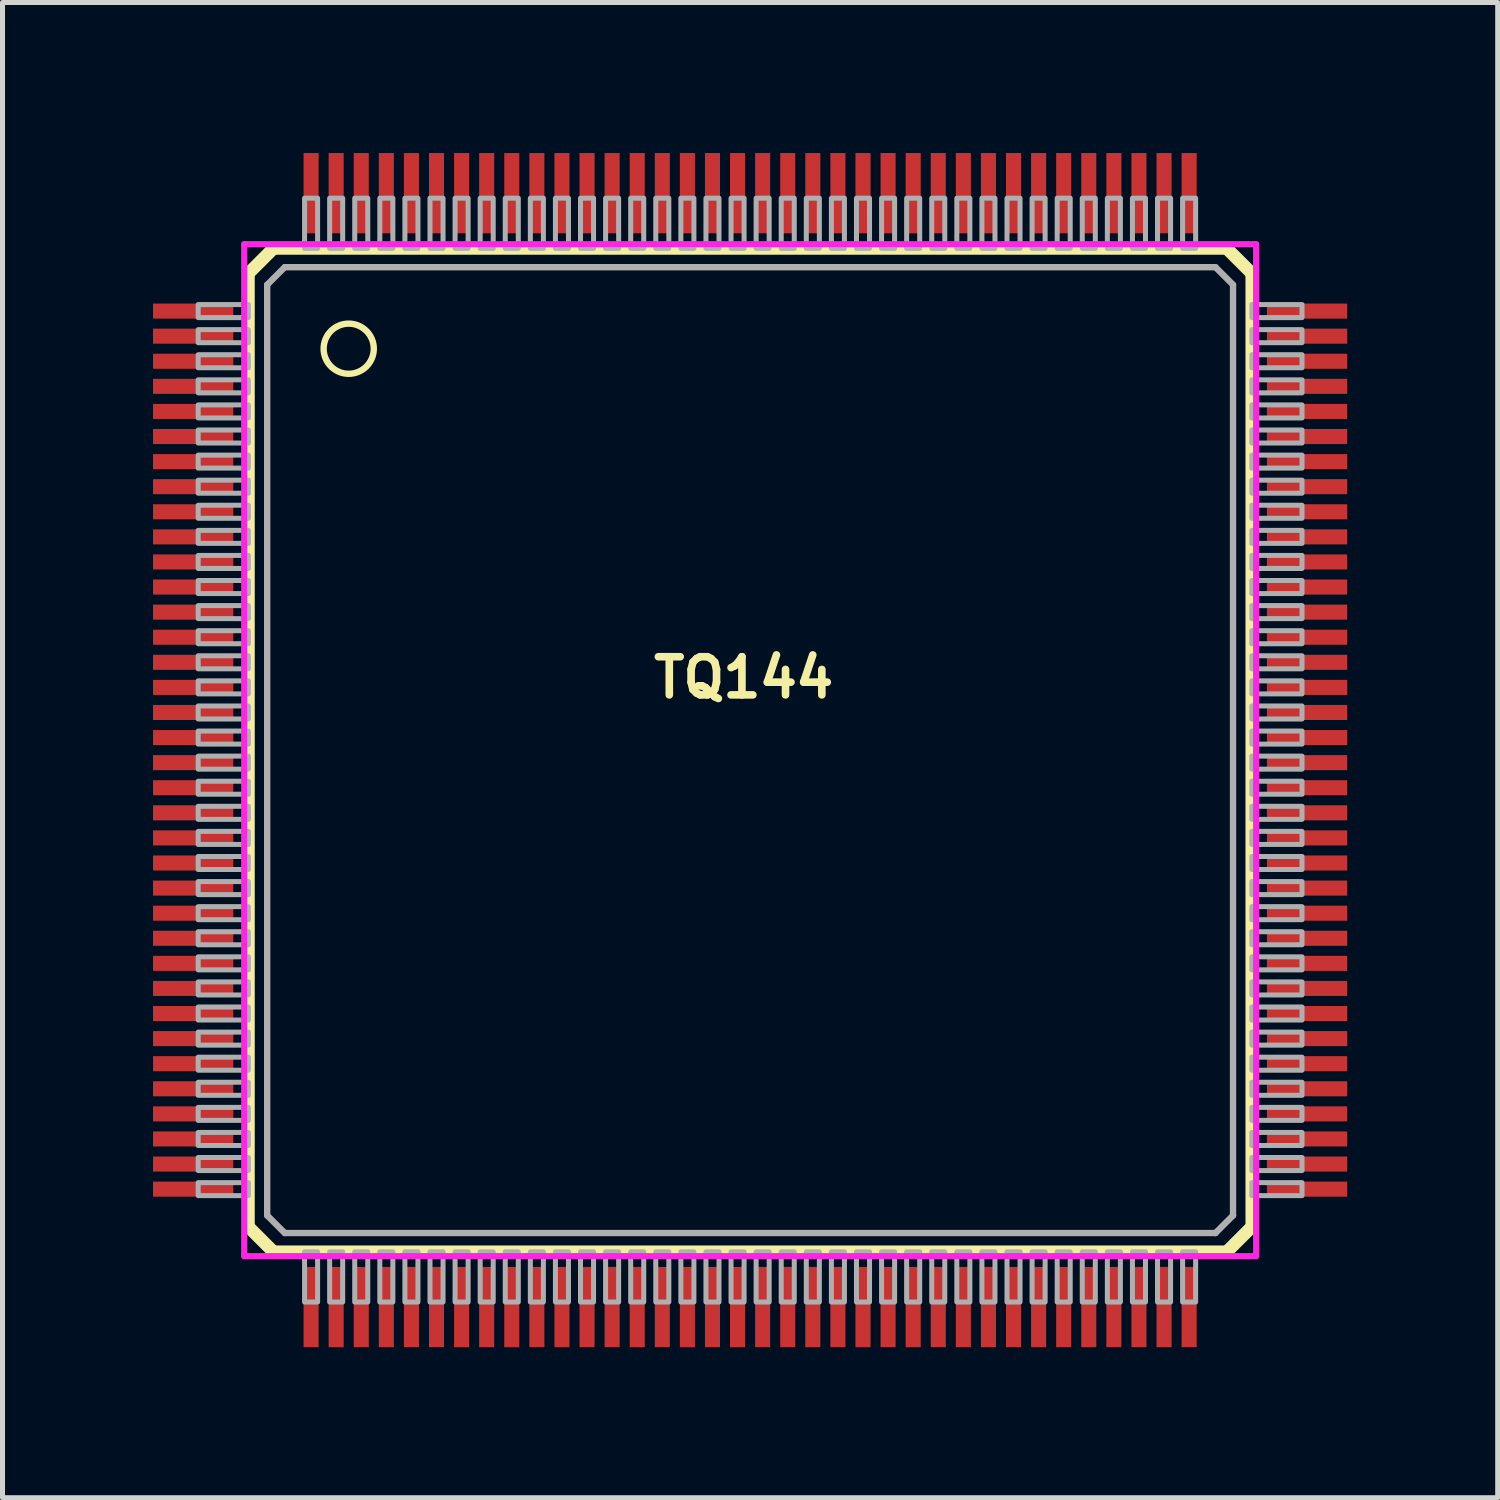
<source format=kicad_pcb>
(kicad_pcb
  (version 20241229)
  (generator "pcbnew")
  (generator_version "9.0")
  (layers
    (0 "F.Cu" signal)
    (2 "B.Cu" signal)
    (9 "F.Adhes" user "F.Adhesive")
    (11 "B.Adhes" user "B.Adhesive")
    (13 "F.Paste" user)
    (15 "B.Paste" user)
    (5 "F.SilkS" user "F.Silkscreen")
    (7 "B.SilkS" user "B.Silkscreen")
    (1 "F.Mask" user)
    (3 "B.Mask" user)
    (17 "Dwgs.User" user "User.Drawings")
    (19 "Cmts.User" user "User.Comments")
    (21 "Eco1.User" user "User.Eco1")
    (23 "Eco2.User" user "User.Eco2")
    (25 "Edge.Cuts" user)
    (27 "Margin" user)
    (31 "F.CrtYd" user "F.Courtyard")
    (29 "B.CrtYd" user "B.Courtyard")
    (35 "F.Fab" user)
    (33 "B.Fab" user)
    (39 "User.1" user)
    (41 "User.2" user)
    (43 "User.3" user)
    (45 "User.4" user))
  (footprint "TQ144"
    (layer "F.Cu")
    (at 11.9 11.9)
    (property "Reference" "TQ144" (at -2 -1 0) (layer "F.SilkS") (effects (font (size 0.76 0.76) (thickness 0.152)) (justify left bottom)))
    (attr through_hole)
    (fp_line (start -10 -9.5) (end -10 9.5) (stroke (width 0.254) (type solid)) (layer "F.SilkS"))
    (fp_line (start -10 9.5) (end -9.5 10) (stroke (width 0.254) (type solid)) (layer "F.SilkS"))
    (fp_line (start -9.5 -10) (end -10 -9.5) (stroke (width 0.254) (type solid)) (layer "F.SilkS"))
    (fp_line (start -9.5 10) (end 9.5 10) (stroke (width 0.254) (type solid)) (layer "F.SilkS"))
    (fp_line (start 9.5 -10) (end -9.5 -10) (stroke (width 0.254) (type solid)) (layer "F.SilkS"))
    (fp_line (start 9.5 10) (end 10 9.5) (stroke (width 0.254) (type solid)) (layer "F.SilkS"))
    (fp_line (start 10 -9.5) (end 9.5 -10) (stroke (width 0.254) (type solid)) (layer "F.SilkS"))
    (fp_line (start 10 9.5) (end 10 -9.5) (stroke (width 0.254) (type solid)) (layer "F.SilkS"))
    (fp_circle (center -8 -8) (end -7.5 -8) (stroke (width 0.127) (type solid)) (fill no) (layer "F.SilkS"))
    (fp_line (start -10.084 -10.084) (end 10.084 -10.084) (stroke (width 0.12) (type solid)) (layer "F.CrtYd"))
    (fp_line (start -10.084 10.084) (end -10.084 -10.084) (stroke (width 0.12) (type solid)) (layer "F.CrtYd"))
    (fp_line (start 10.084 -10.084) (end 10.084 10.084) (stroke (width 0.12) (type solid)) (layer "F.CrtYd"))
    (fp_line (start 10.084 10.084) (end -10.084 10.084) (stroke (width 0.12) (type solid)) (layer "F.CrtYd"))
    (fp_line (start -9.625 -9.275) (end -9.625 9.275) (stroke (width 0.127) (type solid)) (layer "F.Fab"))
    (fp_line (start -9.625 9.275) (end -9.275 9.625) (stroke (width 0.127) (type solid)) (layer "F.Fab"))
    (fp_line (start -9.275 -9.625) (end -9.625 -9.275) (stroke (width 0.127) (type solid)) (layer "F.Fab"))
    (fp_line (start -9.275 9.625) (end 9.275 9.625) (stroke (width 0.127) (type solid)) (layer "F.Fab"))
    (fp_line (start 9.275 -9.625) (end -9.275 -9.625) (stroke (width 0.127) (type solid)) (layer "F.Fab"))
    (fp_line (start 9.275 9.625) (end 9.625 9.275) (stroke (width 0.127) (type solid)) (layer "F.Fab"))
    (fp_line (start 9.625 -9.275) (end 9.275 -9.625) (stroke (width 0.127) (type solid)) (layer "F.Fab"))
    (fp_line (start 9.625 9.275) (end 9.625 -9.275) (stroke (width 0.127) (type solid)) (layer "F.Fab"))
    (fp_poly (pts (xy -11 -8.62) (xy -10 -8.62) (xy -10 -8.88) (xy -11 -8.88)) (stroke (width 0.1) (type solid)) (fill no) (layer "F.Fab"))
    (fp_poly (pts (xy -11 -8.12) (xy -10 -8.12) (xy -10 -8.38) (xy -11 -8.38)) (stroke (width 0.1) (type solid)) (fill no) (layer "F.Fab"))
    (fp_poly (pts (xy -11 -7.62) (xy -10 -7.62) (xy -10 -7.88) (xy -11 -7.88)) (stroke (width 0.1) (type solid)) (fill no) (layer "F.Fab"))
    (fp_poly (pts (xy -11 -7.12) (xy -10 -7.12) (xy -10 -7.38) (xy -11 -7.38)) (stroke (width 0.1) (type solid)) (fill no) (layer "F.Fab"))
    (fp_poly (pts (xy -11 -6.62) (xy -10 -6.62) (xy -10 -6.88) (xy -11 -6.88)) (stroke (width 0.1) (type solid)) (fill no) (layer "F.Fab"))
    (fp_poly (pts (xy -11 -6.12) (xy -10 -6.12) (xy -10 -6.38) (xy -11 -6.38)) (stroke (width 0.1) (type solid)) (fill no) (layer "F.Fab"))
    (fp_poly (pts (xy -11 -5.62) (xy -10 -5.62) (xy -10 -5.88) (xy -11 -5.88)) (stroke (width 0.1) (type solid)) (fill no) (layer "F.Fab"))
    (fp_poly (pts (xy -11 -5.12) (xy -10 -5.12) (xy -10 -5.38) (xy -11 -5.38)) (stroke (width 0.1) (type solid)) (fill no) (layer "F.Fab"))
    (fp_poly (pts (xy -11 -4.62) (xy -10 -4.62) (xy -10 -4.88) (xy -11 -4.88)) (stroke (width 0.1) (type solid)) (fill no) (layer "F.Fab"))
    (fp_poly (pts (xy -11 -4.12) (xy -10 -4.12) (xy -10 -4.38) (xy -11 -4.38)) (stroke (width 0.1) (type solid)) (fill no) (layer "F.Fab"))
    (fp_poly (pts (xy -11 -3.62) (xy -10 -3.62) (xy -10 -3.88) (xy -11 -3.88)) (stroke (width 0.1) (type solid)) (fill no) (layer "F.Fab"))
    (fp_poly (pts (xy -11 -3.12) (xy -10 -3.12) (xy -10 -3.38) (xy -11 -3.38)) (stroke (width 0.1) (type solid)) (fill no) (layer "F.Fab"))
    (fp_poly (pts (xy -11 -2.62) (xy -10 -2.62) (xy -10 -2.88) (xy -11 -2.88)) (stroke (width 0.1) (type solid)) (fill no) (layer "F.Fab"))
    (fp_poly (pts (xy -11 -2.12) (xy -10 -2.12) (xy -10 -2.38) (xy -11 -2.38)) (stroke (width 0.1) (type solid)) (fill no) (layer "F.Fab"))
    (fp_poly (pts (xy -11 -1.62) (xy -10 -1.62) (xy -10 -1.88) (xy -11 -1.88)) (stroke (width 0.1) (type solid)) (fill no) (layer "F.Fab"))
    (fp_poly (pts (xy -11 -1.12) (xy -10 -1.12) (xy -10 -1.38) (xy -11 -1.38)) (stroke (width 0.1) (type solid)) (fill no) (layer "F.Fab"))
    (fp_poly (pts (xy -11 -0.62) (xy -10 -0.62) (xy -10 -0.88) (xy -11 -0.88)) (stroke (width 0.1) (type solid)) (fill no) (layer "F.Fab"))
    (fp_poly (pts (xy -11 -0.12) (xy -10 -0.12) (xy -10 -0.38) (xy -11 -0.38)) (stroke (width 0.1) (type solid)) (fill no) (layer "F.Fab"))
    (fp_poly (pts (xy -11 0.38) (xy -10 0.38) (xy -10 0.12) (xy -11 0.12)) (stroke (width 0.1) (type solid)) (fill no) (layer "F.Fab"))
    (fp_poly (pts (xy -11 0.88) (xy -10 0.88) (xy -10 0.62) (xy -11 0.62)) (stroke (width 0.1) (type solid)) (fill no) (layer "F.Fab"))
    (fp_poly (pts (xy -11 1.38) (xy -10 1.38) (xy -10 1.12) (xy -11 1.12)) (stroke (width 0.1) (type solid)) (fill no) (layer "F.Fab"))
    (fp_poly (pts (xy -11 1.88) (xy -10 1.88) (xy -10 1.62) (xy -11 1.62)) (stroke (width 0.1) (type solid)) (fill no) (layer "F.Fab"))
    (fp_poly (pts (xy -11 2.38) (xy -10 2.38) (xy -10 2.12) (xy -11 2.12)) (stroke (width 0.1) (type solid)) (fill no) (layer "F.Fab"))
    (fp_poly (pts (xy -11 2.88) (xy -10 2.88) (xy -10 2.62) (xy -11 2.62)) (stroke (width 0.1) (type solid)) (fill no) (layer "F.Fab"))
    (fp_poly (pts (xy -11 3.38) (xy -10 3.38) (xy -10 3.12) (xy -11 3.12)) (stroke (width 0.1) (type solid)) (fill no) (layer "F.Fab"))
    (fp_poly (pts (xy -11 3.88) (xy -10 3.88) (xy -10 3.62) (xy -11 3.62)) (stroke (width 0.1) (type solid)) (fill no) (layer "F.Fab"))
    (fp_poly (pts (xy -11 4.38) (xy -10 4.38) (xy -10 4.12) (xy -11 4.12)) (stroke (width 0.1) (type solid)) (fill no) (layer "F.Fab"))
    (fp_poly (pts (xy -11 4.88) (xy -10 4.88) (xy -10 4.62) (xy -11 4.62)) (stroke (width 0.1) (type solid)) (fill no) (layer "F.Fab"))
    (fp_poly (pts (xy -11 5.38) (xy -10 5.38) (xy -10 5.12) (xy -11 5.12)) (stroke (width 0.1) (type solid)) (fill no) (layer "F.Fab"))
    (fp_poly (pts (xy -11 5.88) (xy -10 5.88) (xy -10 5.62) (xy -11 5.62)) (stroke (width 0.1) (type solid)) (fill no) (layer "F.Fab"))
    (fp_poly (pts (xy -11 6.38) (xy -10 6.38) (xy -10 6.12) (xy -11 6.12)) (stroke (width 0.1) (type solid)) (fill no) (layer "F.Fab"))
    (fp_poly (pts (xy -11 6.88) (xy -10 6.88) (xy -10 6.62) (xy -11 6.62)) (stroke (width 0.1) (type solid)) (fill no) (layer "F.Fab"))
    (fp_poly (pts (xy -11 7.38) (xy -10 7.38) (xy -10 7.12) (xy -11 7.12)) (stroke (width 0.1) (type solid)) (fill no) (layer "F.Fab"))
    (fp_poly (pts (xy -11 7.88) (xy -10 7.88) (xy -10 7.62) (xy -11 7.62)) (stroke (width 0.1) (type solid)) (fill no) (layer "F.Fab"))
    (fp_poly (pts (xy -11 8.38) (xy -10 8.38) (xy -10 8.12) (xy -11 8.12)) (stroke (width 0.1) (type solid)) (fill no) (layer "F.Fab"))
    (fp_poly (pts (xy -11 8.88) (xy -10 8.88) (xy -10 8.62) (xy -11 8.62)) (stroke (width 0.1) (type solid)) (fill no) (layer "F.Fab"))
    (fp_poly (pts (xy -8.88 -10) (xy -8.62 -10) (xy -8.62 -11) (xy -8.88 -11)) (stroke (width 0.1) (type solid)) (fill no) (layer "F.Fab"))
    (fp_poly (pts (xy -8.88 11) (xy -8.62 11) (xy -8.62 10) (xy -8.88 10)) (stroke (width 0.1) (type solid)) (fill no) (layer "F.Fab"))
    (fp_poly (pts (xy -8.38 -10) (xy -8.12 -10) (xy -8.12 -11) (xy -8.38 -11)) (stroke (width 0.1) (type solid)) (fill no) (layer "F.Fab"))
    (fp_poly (pts (xy -8.38 11) (xy -8.12 11) (xy -8.12 10) (xy -8.38 10)) (stroke (width 0.1) (type solid)) (fill no) (layer "F.Fab"))
    (fp_poly (pts (xy -7.88 -10) (xy -7.62 -10) (xy -7.62 -11) (xy -7.88 -11)) (stroke (width 0.1) (type solid)) (fill no) (layer "F.Fab"))
    (fp_poly (pts (xy -7.88 11) (xy -7.62 11) (xy -7.62 10) (xy -7.88 10)) (stroke (width 0.1) (type solid)) (fill no) (layer "F.Fab"))
    (fp_poly (pts (xy -7.38 -10) (xy -7.12 -10) (xy -7.12 -11) (xy -7.38 -11)) (stroke (width 0.1) (type solid)) (fill no) (layer "F.Fab"))
    (fp_poly (pts (xy -7.38 11) (xy -7.12 11) (xy -7.12 10) (xy -7.38 10)) (stroke (width 0.1) (type solid)) (fill no) (layer "F.Fab"))
    (fp_poly (pts (xy -6.88 -10) (xy -6.62 -10) (xy -6.62 -11) (xy -6.88 -11)) (stroke (width 0.1) (type solid)) (fill no) (layer "F.Fab"))
    (fp_poly (pts (xy -6.88 11) (xy -6.62 11) (xy -6.62 10) (xy -6.88 10)) (stroke (width 0.1) (type solid)) (fill no) (layer "F.Fab"))
    (fp_poly (pts (xy -6.38 -10) (xy -6.12 -10) (xy -6.12 -11) (xy -6.38 -11)) (stroke (width 0.1) (type solid)) (fill no) (layer "F.Fab"))
    (fp_poly (pts (xy -6.38 11) (xy -6.12 11) (xy -6.12 10) (xy -6.38 10)) (stroke (width 0.1) (type solid)) (fill no) (layer "F.Fab"))
    (fp_poly (pts (xy -5.88 -10) (xy -5.62 -10) (xy -5.62 -11) (xy -5.88 -11)) (stroke (width 0.1) (type solid)) (fill no) (layer "F.Fab"))
    (fp_poly (pts (xy -5.88 11) (xy -5.62 11) (xy -5.62 10) (xy -5.88 10)) (stroke (width 0.1) (type solid)) (fill no) (layer "F.Fab"))
    (fp_poly (pts (xy -5.38 -10) (xy -5.12 -10) (xy -5.12 -11) (xy -5.38 -11)) (stroke (width 0.1) (type solid)) (fill no) (layer "F.Fab"))
    (fp_poly (pts (xy -5.38 11) (xy -5.12 11) (xy -5.12 10) (xy -5.38 10)) (stroke (width 0.1) (type solid)) (fill no) (layer "F.Fab"))
    (fp_poly (pts (xy -4.88 -10) (xy -4.62 -10) (xy -4.62 -11) (xy -4.88 -11)) (stroke (width 0.1) (type solid)) (fill no) (layer "F.Fab"))
    (fp_poly (pts (xy -4.88 11) (xy -4.62 11) (xy -4.62 10) (xy -4.88 10)) (stroke (width 0.1) (type solid)) (fill no) (layer "F.Fab"))
    (fp_poly (pts (xy -4.38 -10) (xy -4.12 -10) (xy -4.12 -11) (xy -4.38 -11)) (stroke (width 0.1) (type solid)) (fill no) (layer "F.Fab"))
    (fp_poly (pts (xy -4.38 11) (xy -4.12 11) (xy -4.12 10) (xy -4.38 10)) (stroke (width 0.1) (type solid)) (fill no) (layer "F.Fab"))
    (fp_poly (pts (xy -3.88 -10) (xy -3.62 -10) (xy -3.62 -11) (xy -3.88 -11)) (stroke (width 0.1) (type solid)) (fill no) (layer "F.Fab"))
    (fp_poly (pts (xy -3.88 11) (xy -3.62 11) (xy -3.62 10) (xy -3.88 10)) (stroke (width 0.1) (type solid)) (fill no) (layer "F.Fab"))
    (fp_poly (pts (xy -3.38 -10) (xy -3.12 -10) (xy -3.12 -11) (xy -3.38 -11)) (stroke (width 0.1) (type solid)) (fill no) (layer "F.Fab"))
    (fp_poly (pts (xy -3.38 11) (xy -3.12 11) (xy -3.12 10) (xy -3.38 10)) (stroke (width 0.1) (type solid)) (fill no) (layer "F.Fab"))
    (fp_poly (pts (xy -2.88 -10) (xy -2.62 -10) (xy -2.62 -11) (xy -2.88 -11)) (stroke (width 0.1) (type solid)) (fill no) (layer "F.Fab"))
    (fp_poly (pts (xy -2.88 11) (xy -2.62 11) (xy -2.62 10) (xy -2.88 10)) (stroke (width 0.1) (type solid)) (fill no) (layer "F.Fab"))
    (fp_poly (pts (xy -2.38 -10) (xy -2.12 -10) (xy -2.12 -11) (xy -2.38 -11)) (stroke (width 0.1) (type solid)) (fill no) (layer "F.Fab"))
    (fp_poly (pts (xy -2.38 11) (xy -2.12 11) (xy -2.12 10) (xy -2.38 10)) (stroke (width 0.1) (type solid)) (fill no) (layer "F.Fab"))
    (fp_poly (pts (xy -1.88 -10) (xy -1.62 -10) (xy -1.62 -11) (xy -1.88 -11)) (stroke (width 0.1) (type solid)) (fill no) (layer "F.Fab"))
    (fp_poly (pts (xy -1.88 11) (xy -1.62 11) (xy -1.62 10) (xy -1.88 10)) (stroke (width 0.1) (type solid)) (fill no) (layer "F.Fab"))
    (fp_poly (pts (xy -1.38 -10) (xy -1.12 -10) (xy -1.12 -11) (xy -1.38 -11)) (stroke (width 0.1) (type solid)) (fill no) (layer "F.Fab"))
    (fp_poly (pts (xy -1.38 11) (xy -1.12 11) (xy -1.12 10) (xy -1.38 10)) (stroke (width 0.1) (type solid)) (fill no) (layer "F.Fab"))
    (fp_poly (pts (xy -0.88 -10) (xy -0.62 -10) (xy -0.62 -11) (xy -0.88 -11)) (stroke (width 0.1) (type solid)) (fill no) (layer "F.Fab"))
    (fp_poly (pts (xy -0.88 11) (xy -0.62 11) (xy -0.62 10) (xy -0.88 10)) (stroke (width 0.1) (type solid)) (fill no) (layer "F.Fab"))
    (fp_poly (pts (xy -0.38 -10) (xy -0.12 -10) (xy -0.12 -11) (xy -0.38 -11)) (stroke (width 0.1) (type solid)) (fill no) (layer "F.Fab"))
    (fp_poly (pts (xy -0.38 11) (xy -0.12 11) (xy -0.12 10) (xy -0.38 10)) (stroke (width 0.1) (type solid)) (fill no) (layer "F.Fab"))
    (fp_poly (pts (xy 0.12 -10) (xy 0.38 -10) (xy 0.38 -11) (xy 0.12 -11)) (stroke (width 0.1) (type solid)) (fill no) (layer "F.Fab"))
    (fp_poly (pts (xy 0.12 11) (xy 0.38 11) (xy 0.38 10) (xy 0.12 10)) (stroke (width 0.1) (type solid)) (fill no) (layer "F.Fab"))
    (fp_poly (pts (xy 0.62 -10) (xy 0.88 -10) (xy 0.88 -11) (xy 0.62 -11)) (stroke (width 0.1) (type solid)) (fill no) (layer "F.Fab"))
    (fp_poly (pts (xy 0.62 11) (xy 0.88 11) (xy 0.88 10) (xy 0.62 10)) (stroke (width 0.1) (type solid)) (fill no) (layer "F.Fab"))
    (fp_poly (pts (xy 1.12 -10) (xy 1.38 -10) (xy 1.38 -11) (xy 1.12 -11)) (stroke (width 0.1) (type solid)) (fill no) (layer "F.Fab"))
    (fp_poly (pts (xy 1.12 11) (xy 1.38 11) (xy 1.38 10) (xy 1.12 10)) (stroke (width 0.1) (type solid)) (fill no) (layer "F.Fab"))
    (fp_poly (pts (xy 1.62 -10) (xy 1.88 -10) (xy 1.88 -11) (xy 1.62 -11)) (stroke (width 0.1) (type solid)) (fill no) (layer "F.Fab"))
    (fp_poly (pts (xy 1.62 11) (xy 1.88 11) (xy 1.88 10) (xy 1.62 10)) (stroke (width 0.1) (type solid)) (fill no) (layer "F.Fab"))
    (fp_poly (pts (xy 2.12 -10) (xy 2.38 -10) (xy 2.38 -11) (xy 2.12 -11)) (stroke (width 0.1) (type solid)) (fill no) (layer "F.Fab"))
    (fp_poly (pts (xy 2.12 11) (xy 2.38 11) (xy 2.38 10) (xy 2.12 10)) (stroke (width 0.1) (type solid)) (fill no) (layer "F.Fab"))
    (fp_poly (pts (xy 2.62 -10) (xy 2.88 -10) (xy 2.88 -11) (xy 2.62 -11)) (stroke (width 0.1) (type solid)) (fill no) (layer "F.Fab"))
    (fp_poly (pts (xy 2.62 11) (xy 2.88 11) (xy 2.88 10) (xy 2.62 10)) (stroke (width 0.1) (type solid)) (fill no) (layer "F.Fab"))
    (fp_poly (pts (xy 3.12 -10) (xy 3.38 -10) (xy 3.38 -11) (xy 3.12 -11)) (stroke (width 0.1) (type solid)) (fill no) (layer "F.Fab"))
    (fp_poly (pts (xy 3.12 11) (xy 3.38 11) (xy 3.38 10) (xy 3.12 10)) (stroke (width 0.1) (type solid)) (fill no) (layer "F.Fab"))
    (fp_poly (pts (xy 3.62 -10) (xy 3.88 -10) (xy 3.88 -11) (xy 3.62 -11)) (stroke (width 0.1) (type solid)) (fill no) (layer "F.Fab"))
    (fp_poly (pts (xy 3.62 11) (xy 3.88 11) (xy 3.88 10) (xy 3.62 10)) (stroke (width 0.1) (type solid)) (fill no) (layer "F.Fab"))
    (fp_poly (pts (xy 4.12 -10) (xy 4.38 -10) (xy 4.38 -11) (xy 4.12 -11)) (stroke (width 0.1) (type solid)) (fill no) (layer "F.Fab"))
    (fp_poly (pts (xy 4.12 11) (xy 4.38 11) (xy 4.38 10) (xy 4.12 10)) (stroke (width 0.1) (type solid)) (fill no) (layer "F.Fab"))
    (fp_poly (pts (xy 4.62 -10) (xy 4.88 -10) (xy 4.88 -11) (xy 4.62 -11)) (stroke (width 0.1) (type solid)) (fill no) (layer "F.Fab"))
    (fp_poly (pts (xy 4.62 11) (xy 4.88 11) (xy 4.88 10) (xy 4.62 10)) (stroke (width 0.1) (type solid)) (fill no) (layer "F.Fab"))
    (fp_poly (pts (xy 5.12 -10) (xy 5.38 -10) (xy 5.38 -11) (xy 5.12 -11)) (stroke (width 0.1) (type solid)) (fill no) (layer "F.Fab"))
    (fp_poly (pts (xy 5.12 11) (xy 5.38 11) (xy 5.38 10) (xy 5.12 10)) (stroke (width 0.1) (type solid)) (fill no) (layer "F.Fab"))
    (fp_poly (pts (xy 5.62 -10) (xy 5.88 -10) (xy 5.88 -11) (xy 5.62 -11)) (stroke (width 0.1) (type solid)) (fill no) (layer "F.Fab"))
    (fp_poly (pts (xy 5.62 11) (xy 5.88 11) (xy 5.88 10) (xy 5.62 10)) (stroke (width 0.1) (type solid)) (fill no) (layer "F.Fab"))
    (fp_poly (pts (xy 6.12 -10) (xy 6.38 -10) (xy 6.38 -11) (xy 6.12 -11)) (stroke (width 0.1) (type solid)) (fill no) (layer "F.Fab"))
    (fp_poly (pts (xy 6.12 11) (xy 6.38 11) (xy 6.38 10) (xy 6.12 10)) (stroke (width 0.1) (type solid)) (fill no) (layer "F.Fab"))
    (fp_poly (pts (xy 6.62 -10) (xy 6.88 -10) (xy 6.88 -11) (xy 6.62 -11)) (stroke (width 0.1) (type solid)) (fill no) (layer "F.Fab"))
    (fp_poly (pts (xy 6.62 11) (xy 6.88 11) (xy 6.88 10) (xy 6.62 10)) (stroke (width 0.1) (type solid)) (fill no) (layer "F.Fab"))
    (fp_poly (pts (xy 7.12 -10) (xy 7.38 -10) (xy 7.38 -11) (xy 7.12 -11)) (stroke (width 0.1) (type solid)) (fill no) (layer "F.Fab"))
    (fp_poly (pts (xy 7.12 11) (xy 7.38 11) (xy 7.38 10) (xy 7.12 10)) (stroke (width 0.1) (type solid)) (fill no) (layer "F.Fab"))
    (fp_poly (pts (xy 7.62 -10) (xy 7.88 -10) (xy 7.88 -11) (xy 7.62 -11)) (stroke (width 0.1) (type solid)) (fill no) (layer "F.Fab"))
    (fp_poly (pts (xy 7.62 11) (xy 7.88 11) (xy 7.88 10) (xy 7.62 10)) (stroke (width 0.1) (type solid)) (fill no) (layer "F.Fab"))
    (fp_poly (pts (xy 8.12 -10) (xy 8.38 -10) (xy 8.38 -11) (xy 8.12 -11)) (stroke (width 0.1) (type solid)) (fill no) (layer "F.Fab"))
    (fp_poly (pts (xy 8.12 11) (xy 8.38 11) (xy 8.38 10) (xy 8.12 10)) (stroke (width 0.1) (type solid)) (fill no) (layer "F.Fab"))
    (fp_poly (pts (xy 8.62 -10) (xy 8.88 -10) (xy 8.88 -11) (xy 8.62 -11)) (stroke (width 0.1) (type solid)) (fill no) (layer "F.Fab"))
    (fp_poly (pts (xy 8.62 11) (xy 8.88 11) (xy 8.88 10) (xy 8.62 10)) (stroke (width 0.1) (type solid)) (fill no) (layer "F.Fab"))
    (fp_poly (pts (xy 10 -8.62) (xy 11 -8.62) (xy 11 -8.88) (xy 10 -8.88)) (stroke (width 0.1) (type solid)) (fill no) (layer "F.Fab"))
    (fp_poly (pts (xy 10 -8.12) (xy 11 -8.12) (xy 11 -8.38) (xy 10 -8.38)) (stroke (width 0.1) (type solid)) (fill no) (layer "F.Fab"))
    (fp_poly (pts (xy 10 -7.62) (xy 11 -7.62) (xy 11 -7.88) (xy 10 -7.88)) (stroke (width 0.1) (type solid)) (fill no) (layer "F.Fab"))
    (fp_poly (pts (xy 10 -7.12) (xy 11 -7.12) (xy 11 -7.38) (xy 10 -7.38)) (stroke (width 0.1) (type solid)) (fill no) (layer "F.Fab"))
    (fp_poly (pts (xy 10 -6.62) (xy 11 -6.62) (xy 11 -6.88) (xy 10 -6.88)) (stroke (width 0.1) (type solid)) (fill no) (layer "F.Fab"))
    (fp_poly (pts (xy 10 -6.12) (xy 11 -6.12) (xy 11 -6.38) (xy 10 -6.38)) (stroke (width 0.1) (type solid)) (fill no) (layer "F.Fab"))
    (fp_poly (pts (xy 10 -5.62) (xy 11 -5.62) (xy 11 -5.88) (xy 10 -5.88)) (stroke (width 0.1) (type solid)) (fill no) (layer "F.Fab"))
    (fp_poly (pts (xy 10 -5.12) (xy 11 -5.12) (xy 11 -5.38) (xy 10 -5.38)) (stroke (width 0.1) (type solid)) (fill no) (layer "F.Fab"))
    (fp_poly (pts (xy 10 -4.62) (xy 11 -4.62) (xy 11 -4.88) (xy 10 -4.88)) (stroke (width 0.1) (type solid)) (fill no) (layer "F.Fab"))
    (fp_poly (pts (xy 10 -4.12) (xy 11 -4.12) (xy 11 -4.38) (xy 10 -4.38)) (stroke (width 0.1) (type solid)) (fill no) (layer "F.Fab"))
    (fp_poly (pts (xy 10 -3.62) (xy 11 -3.62) (xy 11 -3.88) (xy 10 -3.88)) (stroke (width 0.1) (type solid)) (fill no) (layer "F.Fab"))
    (fp_poly (pts (xy 10 -3.12) (xy 11 -3.12) (xy 11 -3.38) (xy 10 -3.38)) (stroke (width 0.1) (type solid)) (fill no) (layer "F.Fab"))
    (fp_poly (pts (xy 10 -2.62) (xy 11 -2.62) (xy 11 -2.88) (xy 10 -2.88)) (stroke (width 0.1) (type solid)) (fill no) (layer "F.Fab"))
    (fp_poly (pts (xy 10 -2.12) (xy 11 -2.12) (xy 11 -2.38) (xy 10 -2.38)) (stroke (width 0.1) (type solid)) (fill no) (layer "F.Fab"))
    (fp_poly (pts (xy 10 -1.62) (xy 11 -1.62) (xy 11 -1.88) (xy 10 -1.88)) (stroke (width 0.1) (type solid)) (fill no) (layer "F.Fab"))
    (fp_poly (pts (xy 10 -1.12) (xy 11 -1.12) (xy 11 -1.38) (xy 10 -1.38)) (stroke (width 0.1) (type solid)) (fill no) (layer "F.Fab"))
    (fp_poly (pts (xy 10 -0.62) (xy 11 -0.62) (xy 11 -0.88) (xy 10 -0.88)) (stroke (width 0.1) (type solid)) (fill no) (layer "F.Fab"))
    (fp_poly (pts (xy 10 -0.12) (xy 11 -0.12) (xy 11 -0.38) (xy 10 -0.38)) (stroke (width 0.1) (type solid)) (fill no) (layer "F.Fab"))
    (fp_poly (pts (xy 10 0.38) (xy 11 0.38) (xy 11 0.12) (xy 10 0.12)) (stroke (width 0.1) (type solid)) (fill no) (layer "F.Fab"))
    (fp_poly (pts (xy 10 0.88) (xy 11 0.88) (xy 11 0.62) (xy 10 0.62)) (stroke (width 0.1) (type solid)) (fill no) (layer "F.Fab"))
    (fp_poly (pts (xy 10 1.38) (xy 11 1.38) (xy 11 1.12) (xy 10 1.12)) (stroke (width 0.1) (type solid)) (fill no) (layer "F.Fab"))
    (fp_poly (pts (xy 10 1.88) (xy 11 1.88) (xy 11 1.62) (xy 10 1.62)) (stroke (width 0.1) (type solid)) (fill no) (layer "F.Fab"))
    (fp_poly (pts (xy 10 2.38) (xy 11 2.38) (xy 11 2.12) (xy 10 2.12)) (stroke (width 0.1) (type solid)) (fill no) (layer "F.Fab"))
    (fp_poly (pts (xy 10 2.88) (xy 11 2.88) (xy 11 2.62) (xy 10 2.62)) (stroke (width 0.1) (type solid)) (fill no) (layer "F.Fab"))
    (fp_poly (pts (xy 10 3.38) (xy 11 3.38) (xy 11 3.12) (xy 10 3.12)) (stroke (width 0.1) (type solid)) (fill no) (layer "F.Fab"))
    (fp_poly (pts (xy 10 3.88) (xy 11 3.88) (xy 11 3.62) (xy 10 3.62)) (stroke (width 0.1) (type solid)) (fill no) (layer "F.Fab"))
    (fp_poly (pts (xy 10 4.38) (xy 11 4.38) (xy 11 4.12) (xy 10 4.12)) (stroke (width 0.1) (type solid)) (fill no) (layer "F.Fab"))
    (fp_poly (pts (xy 10 4.88) (xy 11 4.88) (xy 11 4.62) (xy 10 4.62)) (stroke (width 0.1) (type solid)) (fill no) (layer "F.Fab"))
    (fp_poly (pts (xy 10 5.38) (xy 11 5.38) (xy 11 5.12) (xy 10 5.12)) (stroke (width 0.1) (type solid)) (fill no) (layer "F.Fab"))
    (fp_poly (pts (xy 10 5.88) (xy 11 5.88) (xy 11 5.62) (xy 10 5.62)) (stroke (width 0.1) (type solid)) (fill no) (layer "F.Fab"))
    (fp_poly (pts (xy 10 6.38) (xy 11 6.38) (xy 11 6.12) (xy 10 6.12)) (stroke (width 0.1) (type solid)) (fill no) (layer "F.Fab"))
    (fp_poly (pts (xy 10 6.88) (xy 11 6.88) (xy 11 6.62) (xy 10 6.62)) (stroke (width 0.1) (type solid)) (fill no) (layer "F.Fab"))
    (fp_poly (pts (xy 10 7.38) (xy 11 7.38) (xy 11 7.12) (xy 10 7.12)) (stroke (width 0.1) (type solid)) (fill no) (layer "F.Fab"))
    (fp_poly (pts (xy 10 7.88) (xy 11 7.88) (xy 11 7.62) (xy 10 7.62)) (stroke (width 0.1) (type solid)) (fill no) (layer "F.Fab"))
    (fp_poly (pts (xy 10 8.38) (xy 11 8.38) (xy 11 8.12) (xy 10 8.12)) (stroke (width 0.1) (type solid)) (fill no) (layer "F.Fab"))
    (fp_poly (pts (xy 10 8.88) (xy 11 8.88) (xy 11 8.62) (xy 10 8.62)) (stroke (width 0.1) (type solid)) (fill no) (layer "F.Fab"))
    (pad "P1" smd rect (at -11.1 -8.75) (size 1.6 0.3) (layers "F.Cu" "F.Mask" "F.Paste"))
    (pad "P2" smd rect (at -11.1 -8.25) (size 1.6 0.3) (layers "F.Cu" "F.Mask" "F.Paste"))
    (pad "P3" smd rect (at -11.1 -7.75) (size 1.6 0.3) (layers "F.Cu" "F.Mask" "F.Paste"))
    (pad "P4" smd rect (at -11.1 -7.25) (size 1.6 0.3) (layers "F.Cu" "F.Mask" "F.Paste"))
    (pad "P5" smd rect (at -11.1 -6.75) (size 1.6 0.3) (layers "F.Cu" "F.Mask" "F.Paste"))
    (pad "P6" smd rect (at -11.1 -6.25) (size 1.6 0.3) (layers "F.Cu" "F.Mask" "F.Paste"))
    (pad "P7" smd rect (at -11.1 -5.75) (size 1.6 0.3) (layers "F.Cu" "F.Mask" "F.Paste"))
    (pad "P8" smd rect (at -11.1 -5.25) (size 1.6 0.3) (layers "F.Cu" "F.Mask" "F.Paste"))
    (pad "P9" smd rect (at -11.1 -4.75) (size 1.6 0.3) (layers "F.Cu" "F.Mask" "F.Paste"))
    (pad "P10" smd rect (at -11.1 -4.25) (size 1.6 0.3) (layers "F.Cu" "F.Mask" "F.Paste"))
    (pad "P11" smd rect (at -11.1 -3.75) (size 1.6 0.3) (layers "F.Cu" "F.Mask" "F.Paste"))
    (pad "P12" smd rect (at -11.1 -3.25) (size 1.6 0.3) (layers "F.Cu" "F.Mask" "F.Paste"))
    (pad "P13" smd rect (at -11.1 -2.75) (size 1.6 0.3) (layers "F.Cu" "F.Mask" "F.Paste"))
    (pad "P14" smd rect (at -11.1 -2.25) (size 1.6 0.3) (layers "F.Cu" "F.Mask" "F.Paste"))
    (pad "P15" smd rect (at -11.1 -1.75) (size 1.6 0.3) (layers "F.Cu" "F.Mask" "F.Paste"))
    (pad "P16" smd rect (at -11.1 -1.25) (size 1.6 0.3) (layers "F.Cu" "F.Mask" "F.Paste"))
    (pad "P17" smd rect (at -11.1 -0.75) (size 1.6 0.3) (layers "F.Cu" "F.Mask" "F.Paste"))
    (pad "P18" smd rect (at -11.1 -0.25) (size 1.6 0.3) (layers "F.Cu" "F.Mask" "F.Paste"))
    (pad "P19" smd rect (at -11.1 0.25) (size 1.6 0.3) (layers "F.Cu" "F.Mask" "F.Paste"))
    (pad "P20" smd rect (at -11.1 0.75) (size 1.6 0.3) (layers "F.Cu" "F.Mask" "F.Paste"))
    (pad "P21" smd rect (at -11.1 1.25) (size 1.6 0.3) (layers "F.Cu" "F.Mask" "F.Paste"))
    (pad "P22" smd rect (at -11.1 1.75) (size 1.6 0.3) (layers "F.Cu" "F.Mask" "F.Paste"))
    (pad "P23" smd rect (at -11.1 2.25) (size 1.6 0.3) (layers "F.Cu" "F.Mask" "F.Paste"))
    (pad "P24" smd rect (at -11.1 2.75) (size 1.6 0.3) (layers "F.Cu" "F.Mask" "F.Paste"))
    (pad "P25" smd rect (at -11.1 3.25) (size 1.6 0.3) (layers "F.Cu" "F.Mask" "F.Paste"))
    (pad "P26" smd rect (at -11.1 3.75) (size 1.6 0.3) (layers "F.Cu" "F.Mask" "F.Paste"))
    (pad "P27" smd rect (at -11.1 4.25) (size 1.6 0.3) (layers "F.Cu" "F.Mask" "F.Paste"))
    (pad "P28" smd rect (at -11.1 4.75) (size 1.6 0.3) (layers "F.Cu" "F.Mask" "F.Paste"))
    (pad "P29" smd rect (at -11.1 5.25) (size 1.6 0.3) (layers "F.Cu" "F.Mask" "F.Paste"))
    (pad "P30" smd rect (at -11.1 5.75) (size 1.6 0.3) (layers "F.Cu" "F.Mask" "F.Paste"))
    (pad "P31" smd rect (at -11.1 6.25) (size 1.6 0.3) (layers "F.Cu" "F.Mask" "F.Paste"))
    (pad "P32" smd rect (at -11.1 6.75) (size 1.6 0.3) (layers "F.Cu" "F.Mask" "F.Paste"))
    (pad "P33" smd rect (at -11.1 7.25) (size 1.6 0.3) (layers "F.Cu" "F.Mask" "F.Paste"))
    (pad "P34" smd rect (at -11.1 7.75) (size 1.6 0.3) (layers "F.Cu" "F.Mask" "F.Paste"))
    (pad "P35" smd rect (at -11.1 8.25) (size 1.6 0.3) (layers "F.Cu" "F.Mask" "F.Paste"))
    (pad "P36" smd rect (at -11.1 8.75) (size 1.6 0.3) (layers "F.Cu" "F.Mask" "F.Paste"))
    (pad "P37" smd rect (at -8.75 11.1 90) (size 1.6 0.3) (layers "F.Cu" "F.Mask" "F.Paste"))
    (pad "P38" smd rect (at -8.25 11.1 90) (size 1.6 0.3) (layers "F.Cu" "F.Mask" "F.Paste"))
    (pad "P39" smd rect (at -7.75 11.1 90) (size 1.6 0.3) (layers "F.Cu" "F.Mask" "F.Paste"))
    (pad "P40" smd rect (at -7.25 11.1 90) (size 1.6 0.3) (layers "F.Cu" "F.Mask" "F.Paste"))
    (pad "P41" smd rect (at -6.75 11.1 90) (size 1.6 0.3) (layers "F.Cu" "F.Mask" "F.Paste"))
    (pad "P42" smd rect (at -6.25 11.1 90) (size 1.6 0.3) (layers "F.Cu" "F.Mask" "F.Paste"))
    (pad "P43" smd rect (at -5.75 11.1 90) (size 1.6 0.3) (layers "F.Cu" "F.Mask" "F.Paste"))
    (pad "P44" smd rect (at -5.25 11.1 90) (size 1.6 0.3) (layers "F.Cu" "F.Mask" "F.Paste"))
    (pad "P45" smd rect (at -4.75 11.1 90) (size 1.6 0.3) (layers "F.Cu" "F.Mask" "F.Paste"))
    (pad "P46" smd rect (at -4.25 11.1 90) (size 1.6 0.3) (layers "F.Cu" "F.Mask" "F.Paste"))
    (pad "P47" smd rect (at -3.75 11.1 90) (size 1.6 0.3) (layers "F.Cu" "F.Mask" "F.Paste"))
    (pad "P48" smd rect (at -3.25 11.1 90) (size 1.6 0.3) (layers "F.Cu" "F.Mask" "F.Paste"))
    (pad "P49" smd rect (at -2.75 11.1 90) (size 1.6 0.3) (layers "F.Cu" "F.Mask" "F.Paste"))
    (pad "P50" smd rect (at -2.25 11.1 90) (size 1.6 0.3) (layers "F.Cu" "F.Mask" "F.Paste"))
    (pad "P51" smd rect (at -1.75 11.1 90) (size 1.6 0.3) (layers "F.Cu" "F.Mask" "F.Paste"))
    (pad "P52" smd rect (at -1.25 11.1 90) (size 1.6 0.3) (layers "F.Cu" "F.Mask" "F.Paste"))
    (pad "P53" smd rect (at -0.75 11.1 90) (size 1.6 0.3) (layers "F.Cu" "F.Mask" "F.Paste"))
    (pad "P54" smd rect (at -0.25 11.1 90) (size 1.6 0.3) (layers "F.Cu" "F.Mask" "F.Paste"))
    (pad "P55" smd rect (at 0.25 11.1 90) (size 1.6 0.3) (layers "F.Cu" "F.Mask" "F.Paste"))
    (pad "P56" smd rect (at 0.75 11.1 90) (size 1.6 0.3) (layers "F.Cu" "F.Mask" "F.Paste"))
    (pad "P57" smd rect (at 1.25 11.1 90) (size 1.6 0.3) (layers "F.Cu" "F.Mask" "F.Paste"))
    (pad "P58" smd rect (at 1.75 11.1 90) (size 1.6 0.3) (layers "F.Cu" "F.Mask" "F.Paste"))
    (pad "P59" smd rect (at 2.25 11.1 90) (size 1.6 0.3) (layers "F.Cu" "F.Mask" "F.Paste"))
    (pad "P60" smd rect (at 2.75 11.1 90) (size 1.6 0.3) (layers "F.Cu" "F.Mask" "F.Paste"))
    (pad "P61" smd rect (at 3.25 11.1 90) (size 1.6 0.3) (layers "F.Cu" "F.Mask" "F.Paste"))
    (pad "P62" smd rect (at 3.75 11.1 90) (size 1.6 0.3) (layers "F.Cu" "F.Mask" "F.Paste"))
    (pad "P63" smd rect (at 4.25 11.1 90) (size 1.6 0.3) (layers "F.Cu" "F.Mask" "F.Paste"))
    (pad "P64" smd rect (at 4.75 11.1 90) (size 1.6 0.3) (layers "F.Cu" "F.Mask" "F.Paste"))
    (pad "P65" smd rect (at 5.25 11.1 90) (size 1.6 0.3) (layers "F.Cu" "F.Mask" "F.Paste"))
    (pad "P66" smd rect (at 5.75 11.1 90) (size 1.6 0.3) (layers "F.Cu" "F.Mask" "F.Paste"))
    (pad "P67" smd rect (at 6.25 11.1 90) (size 1.6 0.3) (layers "F.Cu" "F.Mask" "F.Paste"))
    (pad "P68" smd rect (at 6.75 11.1 90) (size 1.6 0.3) (layers "F.Cu" "F.Mask" "F.Paste"))
    (pad "P69" smd rect (at 7.25 11.1 90) (size 1.6 0.3) (layers "F.Cu" "F.Mask" "F.Paste"))
    (pad "P70" smd rect (at 7.75 11.1 90) (size 1.6 0.3) (layers "F.Cu" "F.Mask" "F.Paste"))
    (pad "P71" smd rect (at 8.25 11.1 90) (size 1.6 0.3) (layers "F.Cu" "F.Mask" "F.Paste"))
    (pad "P72" smd rect (at 8.75 11.1 90) (size 1.6 0.3) (layers "F.Cu" "F.Mask" "F.Paste"))
    (pad "P73" smd rect (at 11.1 8.75) (size 1.6 0.3) (layers "F.Cu" "F.Mask" "F.Paste"))
    (pad "P74" smd rect (at 11.1 8.25) (size 1.6 0.3) (layers "F.Cu" "F.Mask" "F.Paste"))
    (pad "P75" smd rect (at 11.1 7.75) (size 1.6 0.3) (layers "F.Cu" "F.Mask" "F.Paste"))
    (pad "P76" smd rect (at 11.1 7.25) (size 1.6 0.3) (layers "F.Cu" "F.Mask" "F.Paste"))
    (pad "P77" smd rect (at 11.1 6.75) (size 1.6 0.3) (layers "F.Cu" "F.Mask" "F.Paste"))
    (pad "P78" smd rect (at 11.1 6.25) (size 1.6 0.3) (layers "F.Cu" "F.Mask" "F.Paste"))
    (pad "P79" smd rect (at 11.1 5.75) (size 1.6 0.3) (layers "F.Cu" "F.Mask" "F.Paste"))
    (pad "P80" smd rect (at 11.1 5.25) (size 1.6 0.3) (layers "F.Cu" "F.Mask" "F.Paste"))
    (pad "P81" smd rect (at 11.1 4.75) (size 1.6 0.3) (layers "F.Cu" "F.Mask" "F.Paste"))
    (pad "P82" smd rect (at 11.1 4.25) (size 1.6 0.3) (layers "F.Cu" "F.Mask" "F.Paste"))
    (pad "P83" smd rect (at 11.1 3.75) (size 1.6 0.3) (layers "F.Cu" "F.Mask" "F.Paste"))
    (pad "P84" smd rect (at 11.1 3.25) (size 1.6 0.3) (layers "F.Cu" "F.Mask" "F.Paste"))
    (pad "P85" smd rect (at 11.1 2.75) (size 1.6 0.3) (layers "F.Cu" "F.Mask" "F.Paste"))
    (pad "P86" smd rect (at 11.1 2.25) (size 1.6 0.3) (layers "F.Cu" "F.Mask" "F.Paste"))
    (pad "P87" smd rect (at 11.1 1.75) (size 1.6 0.3) (layers "F.Cu" "F.Mask" "F.Paste"))
    (pad "P88" smd rect (at 11.1 1.25) (size 1.6 0.3) (layers "F.Cu" "F.Mask" "F.Paste"))
    (pad "P89" smd rect (at 11.1 0.75) (size 1.6 0.3) (layers "F.Cu" "F.Mask" "F.Paste"))
    (pad "P90" smd rect (at 11.1 0.25) (size 1.6 0.3) (layers "F.Cu" "F.Mask" "F.Paste"))
    (pad "P91" smd rect (at 11.1 -0.25) (size 1.6 0.3) (layers "F.Cu" "F.Mask" "F.Paste"))
    (pad "P92" smd rect (at 11.1 -0.75) (size 1.6 0.3) (layers "F.Cu" "F.Mask" "F.Paste"))
    (pad "P93" smd rect (at 11.1 -1.25) (size 1.6 0.3) (layers "F.Cu" "F.Mask" "F.Paste"))
    (pad "P94" smd rect (at 11.1 -1.75) (size 1.6 0.3) (layers "F.Cu" "F.Mask" "F.Paste"))
    (pad "P95" smd rect (at 11.1 -2.25) (size 1.6 0.3) (layers "F.Cu" "F.Mask" "F.Paste"))
    (pad "P96" smd rect (at 11.1 -2.75) (size 1.6 0.3) (layers "F.Cu" "F.Mask" "F.Paste"))
    (pad "P97" smd rect (at 11.1 -3.25) (size 1.6 0.3) (layers "F.Cu" "F.Mask" "F.Paste"))
    (pad "P98" smd rect (at 11.1 -3.75) (size 1.6 0.3) (layers "F.Cu" "F.Mask" "F.Paste"))
    (pad "P99" smd rect (at 11.1 -4.25) (size 1.6 0.3) (layers "F.Cu" "F.Mask" "F.Paste"))
    (pad "P100" smd rect (at 11.1 -4.75) (size 1.6 0.3) (layers "F.Cu" "F.Mask" "F.Paste"))
    (pad "P101" smd rect (at 11.1 -5.25) (size 1.6 0.3) (layers "F.Cu" "F.Mask" "F.Paste"))
    (pad "P102" smd rect (at 11.1 -5.75) (size 1.6 0.3) (layers "F.Cu" "F.Mask" "F.Paste"))
    (pad "P103" smd rect (at 11.1 -6.25) (size 1.6 0.3) (layers "F.Cu" "F.Mask" "F.Paste"))
    (pad "P104" smd rect (at 11.1 -6.75) (size 1.6 0.3) (layers "F.Cu" "F.Mask" "F.Paste"))
    (pad "P105" smd rect (at 11.1 -7.25) (size 1.6 0.3) (layers "F.Cu" "F.Mask" "F.Paste"))
    (pad "P106" smd rect (at 11.1 -7.75) (size 1.6 0.3) (layers "F.Cu" "F.Mask" "F.Paste"))
    (pad "P107" smd rect (at 11.1 -8.25) (size 1.6 0.3) (layers "F.Cu" "F.Mask" "F.Paste"))
    (pad "P108" smd rect (at 11.1 -8.75) (size 1.6 0.3) (layers "F.Cu" "F.Mask" "F.Paste"))
    (pad "P109" smd rect (at 8.75 -11.1 90) (size 1.6 0.3) (layers "F.Cu" "F.Mask" "F.Paste"))
    (pad "P110" smd rect (at 8.25 -11.1 90) (size 1.6 0.3) (layers "F.Cu" "F.Mask" "F.Paste"))
    (pad "P111" smd rect (at 7.75 -11.1 90) (size 1.6 0.3) (layers "F.Cu" "F.Mask" "F.Paste"))
    (pad "P112" smd rect (at 7.25 -11.1 90) (size 1.6 0.3) (layers "F.Cu" "F.Mask" "F.Paste"))
    (pad "P113" smd rect (at 6.75 -11.1 90) (size 1.6 0.3) (layers "F.Cu" "F.Mask" "F.Paste"))
    (pad "P114" smd rect (at 6.25 -11.1 90) (size 1.6 0.3) (layers "F.Cu" "F.Mask" "F.Paste"))
    (pad "P115" smd rect (at 5.75 -11.1 90) (size 1.6 0.3) (layers "F.Cu" "F.Mask" "F.Paste"))
    (pad "P116" smd rect (at 5.25 -11.1 90) (size 1.6 0.3) (layers "F.Cu" "F.Mask" "F.Paste"))
    (pad "P117" smd rect (at 4.75 -11.1 90) (size 1.6 0.3) (layers "F.Cu" "F.Mask" "F.Paste"))
    (pad "P118" smd rect (at 4.25 -11.1 90) (size 1.6 0.3) (layers "F.Cu" "F.Mask" "F.Paste"))
    (pad "P119" smd rect (at 3.75 -11.1 90) (size 1.6 0.3) (layers "F.Cu" "F.Mask" "F.Paste"))
    (pad "P120" smd rect (at 3.25 -11.1 90) (size 1.6 0.3) (layers "F.Cu" "F.Mask" "F.Paste"))
    (pad "P121" smd rect (at 2.75 -11.1 90) (size 1.6 0.3) (layers "F.Cu" "F.Mask" "F.Paste"))
    (pad "P122" smd rect (at 2.25 -11.1 90) (size 1.6 0.3) (layers "F.Cu" "F.Mask" "F.Paste"))
    (pad "P123" smd rect (at 1.75 -11.1 90) (size 1.6 0.3) (layers "F.Cu" "F.Mask" "F.Paste"))
    (pad "P124" smd rect (at 1.25 -11.1 90) (size 1.6 0.3) (layers "F.Cu" "F.Mask" "F.Paste"))
    (pad "P125" smd rect (at 0.75 -11.1 90) (size 1.6 0.3) (layers "F.Cu" "F.Mask" "F.Paste"))
    (pad "P126" smd rect (at 0.25 -11.1 90) (size 1.6 0.3) (layers "F.Cu" "F.Mask" "F.Paste"))
    (pad "P127" smd rect (at -0.25 -11.1 90) (size 1.6 0.3) (layers "F.Cu" "F.Mask" "F.Paste"))
    (pad "P128" smd rect (at -0.75 -11.1 90) (size 1.6 0.3) (layers "F.Cu" "F.Mask" "F.Paste"))
    (pad "P129" smd rect (at -1.25 -11.1 90) (size 1.6 0.3) (layers "F.Cu" "F.Mask" "F.Paste"))
    (pad "P130" smd rect (at -1.75 -11.1 90) (size 1.6 0.3) (layers "F.Cu" "F.Mask" "F.Paste"))
    (pad "P131" smd rect (at -2.25 -11.1 90) (size 1.6 0.3) (layers "F.Cu" "F.Mask" "F.Paste"))
    (pad "P132" smd rect (at -2.75 -11.1 90) (size 1.6 0.3) (layers "F.Cu" "F.Mask" "F.Paste"))
    (pad "P133" smd rect (at -3.25 -11.1 90) (size 1.6 0.3) (layers "F.Cu" "F.Mask" "F.Paste"))
    (pad "P134" smd rect (at -3.75 -11.1 90) (size 1.6 0.3) (layers "F.Cu" "F.Mask" "F.Paste"))
    (pad "P135" smd rect (at -4.25 -11.1 90) (size 1.6 0.3) (layers "F.Cu" "F.Mask" "F.Paste"))
    (pad "P136" smd rect (at -4.75 -11.1 90) (size 1.6 0.3) (layers "F.Cu" "F.Mask" "F.Paste"))
    (pad "P137" smd rect (at -5.25 -11.1 90) (size 1.6 0.3) (layers "F.Cu" "F.Mask" "F.Paste"))
    (pad "P138" smd rect (at -5.75 -11.1 90) (size 1.6 0.3) (layers "F.Cu" "F.Mask" "F.Paste"))
    (pad "P139" smd rect (at -6.25 -11.1 90) (size 1.6 0.3) (layers "F.Cu" "F.Mask" "F.Paste"))
    (pad "P140" smd rect (at -6.75 -11.1 90) (size 1.6 0.3) (layers "F.Cu" "F.Mask" "F.Paste"))
    (pad "P141" smd rect (at -7.25 -11.1 90) (size 1.6 0.3) (layers "F.Cu" "F.Mask" "F.Paste"))
    (pad "P142" smd rect (at -7.75 -11.1 90) (size 1.6 0.3) (layers "F.Cu" "F.Mask" "F.Paste"))
    (pad "P143" smd rect (at -8.25 -11.1 90) (size 1.6 0.3) (layers "F.Cu" "F.Mask" "F.Paste"))
    (pad "P144" smd rect (at -8.75 -11.1 90) (size 1.6 0.3) (layers "F.Cu" "F.Mask" "F.Paste")))
  (gr_rect
    (start -3 -3)
    (end 26.8 26.8)
    (stroke (width 0.1) (type default))
    (fill no)
    (layer "Edge.Cuts")))
</source>
